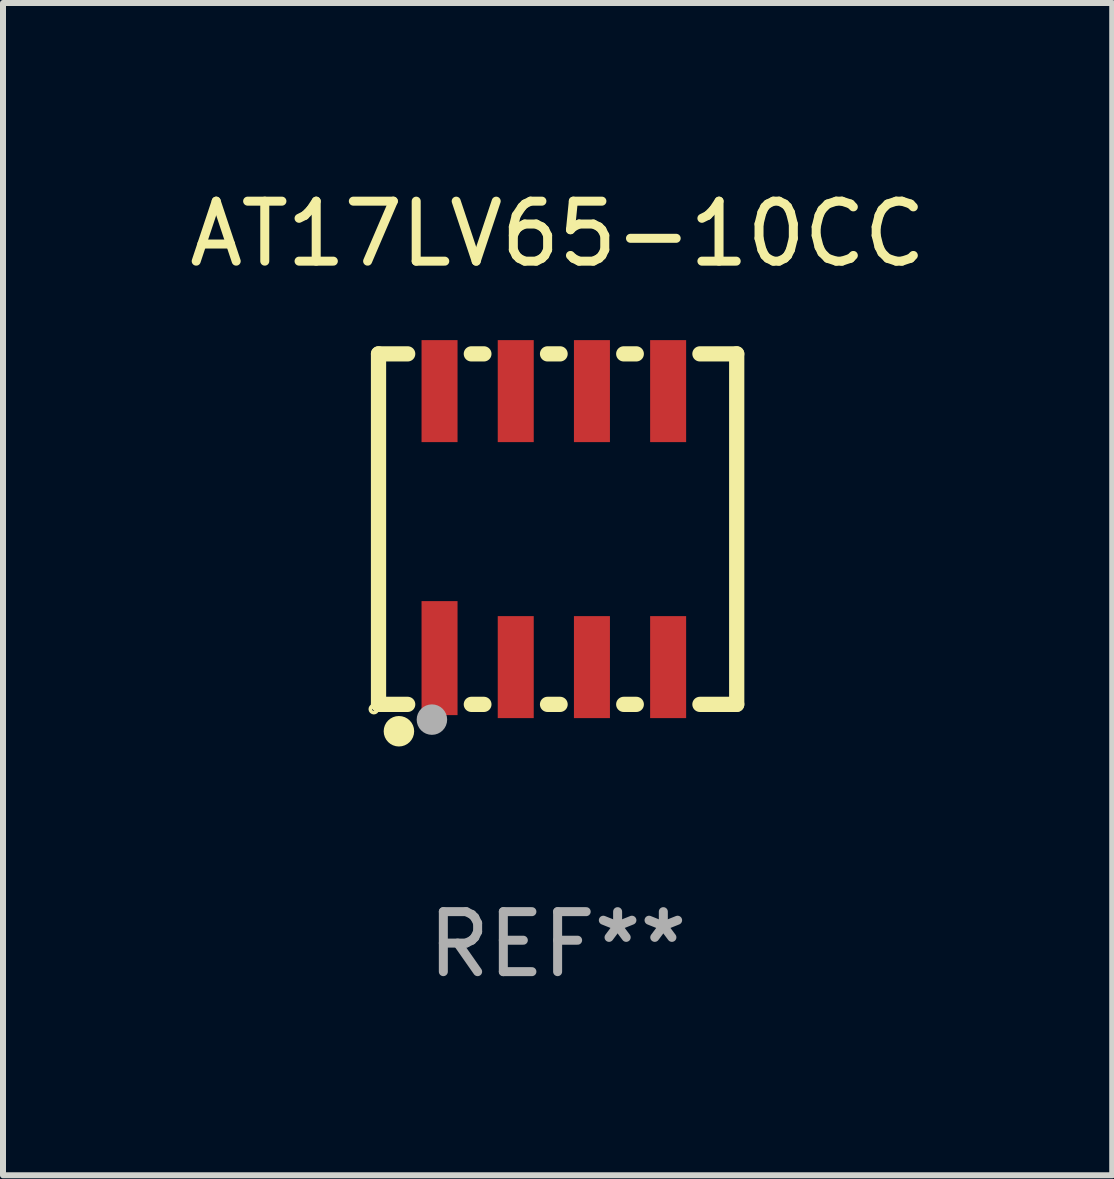
<source format=kicad_pcb>
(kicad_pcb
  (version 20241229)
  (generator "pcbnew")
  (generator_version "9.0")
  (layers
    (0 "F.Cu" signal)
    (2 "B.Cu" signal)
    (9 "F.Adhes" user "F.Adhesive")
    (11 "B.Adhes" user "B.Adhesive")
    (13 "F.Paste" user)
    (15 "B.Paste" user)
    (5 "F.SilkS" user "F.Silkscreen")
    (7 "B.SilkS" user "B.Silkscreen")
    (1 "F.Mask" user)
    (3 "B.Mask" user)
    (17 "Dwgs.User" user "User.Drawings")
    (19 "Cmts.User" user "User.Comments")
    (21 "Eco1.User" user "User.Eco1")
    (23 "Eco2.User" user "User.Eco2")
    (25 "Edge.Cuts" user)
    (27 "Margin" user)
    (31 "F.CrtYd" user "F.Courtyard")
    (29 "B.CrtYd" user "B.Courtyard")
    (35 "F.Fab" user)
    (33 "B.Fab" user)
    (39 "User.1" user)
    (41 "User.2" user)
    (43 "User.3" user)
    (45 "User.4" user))
  (footprint "AT17LV65-10CC"
    (layer "F.Cu")
    (at 6.244 5.769)
    (property "Reference" "AT17LV65-10CC" (at 0 -4.921 0) (layer "F.SilkS") (effects (font (size 1 1) (thickness 0.15))))
    (attr through_hole)
    (fp_line (start -2.985 -2.921) (end -2.985 2.921) (stroke (width 0.254) (type solid)) (layer "F.SilkS"))
    (fp_line (start -2.985 2.921) (end -2.499 2.921) (stroke (width 0.254) (type solid)) (layer "F.SilkS"))
    (fp_line (start -2.499 -2.921) (end -2.985 -2.921) (stroke (width 0.254) (type solid)) (layer "F.SilkS"))
    (fp_line (start -1.438 2.921) (end -1.229 2.921) (stroke (width 0.254) (type solid)) (layer "F.SilkS"))
    (fp_line (start -1.229 -2.921) (end -1.438 -2.921) (stroke (width 0.254) (type solid)) (layer "F.SilkS"))
    (fp_line (start -0.168 2.921) (end 0.041 2.921) (stroke (width 0.254) (type solid)) (layer "F.SilkS"))
    (fp_line (start 0.041 -2.921) (end -0.168 -2.921) (stroke (width 0.254) (type solid)) (layer "F.SilkS"))
    (fp_line (start 1.102 2.921) (end 1.311 2.921) (stroke (width 0.254) (type solid)) (layer "F.SilkS"))
    (fp_line (start 1.311 -2.921) (end 1.102 -2.921) (stroke (width 0.254) (type solid)) (layer "F.SilkS"))
    (fp_line (start 2.372 2.921) (end 2.985 2.921) (stroke (width 0.254) (type solid)) (layer "F.SilkS"))
    (fp_line (start 2.985 -2.921) (end 2.372 -2.921) (stroke (width 0.254) (type solid)) (layer "F.SilkS"))
    (fp_line (start 2.985 2.921) (end 2.985 -2.921) (stroke (width 0.254) (type solid)) (layer "F.SilkS"))
    (fp_circle (center -3.063 3) (end -3.034 3) (stroke (width 0.06) (type solid)) (fill no) (layer "F.SilkS"))
    (fp_circle (center -2.645 3.369) (end -2.518 3.369) (stroke (width 0.254) (type solid)) (fill no) (layer "F.SilkS"))
    (fp_circle (center -2.095 3.175) (end -1.968 3.175) (stroke (width 0.254) (type solid)) (fill no) (layer "F.Fab"))
    (fp_text user "REF**" (at 0 6.921 0) (layer "F.Fab") (effects (font (size 1 1) (thickness 0.15))))
    (pad "1" smd rect (at -1.968 2.15 90) (size 1.9 0.6) (layers "F.Cu" "F.Mask" "F.Paste"))
    (pad "2" smd rect (at -0.698 2.3 90) (size 1.7 0.6) (layers "F.Cu" "F.Mask" "F.Paste"))
    (pad "3" smd rect (at 0.572 2.3 90) (size 1.7 0.6) (layers "F.Cu" "F.Mask" "F.Paste"))
    (pad "4" smd rect (at 1.842 2.3 90) (size 1.7 0.6) (layers "F.Cu" "F.Mask" "F.Paste"))
    (pad "5" smd rect (at 1.842 -2.3 90) (size 1.7 0.6) (layers "F.Cu" "F.Mask" "F.Paste"))
    (pad "6" smd rect (at 0.572 -2.3 90) (size 1.7 0.6) (layers "F.Cu" "F.Mask" "F.Paste"))
    (pad "7" smd rect (at -0.698 -2.3 90) (size 1.7 0.6) (layers "F.Cu" "F.Mask" "F.Paste"))
    (pad "8" smd rect (at -1.968 -2.3 90) (size 1.7 0.6) (layers "F.Cu" "F.Mask" "F.Paste")))
  (gr_rect
    (start -3 -3)
    (end 15.488 16.539)
    (stroke (width 0.1) (type default))
    (fill no)
    (layer "Edge.Cuts")))
</source>
